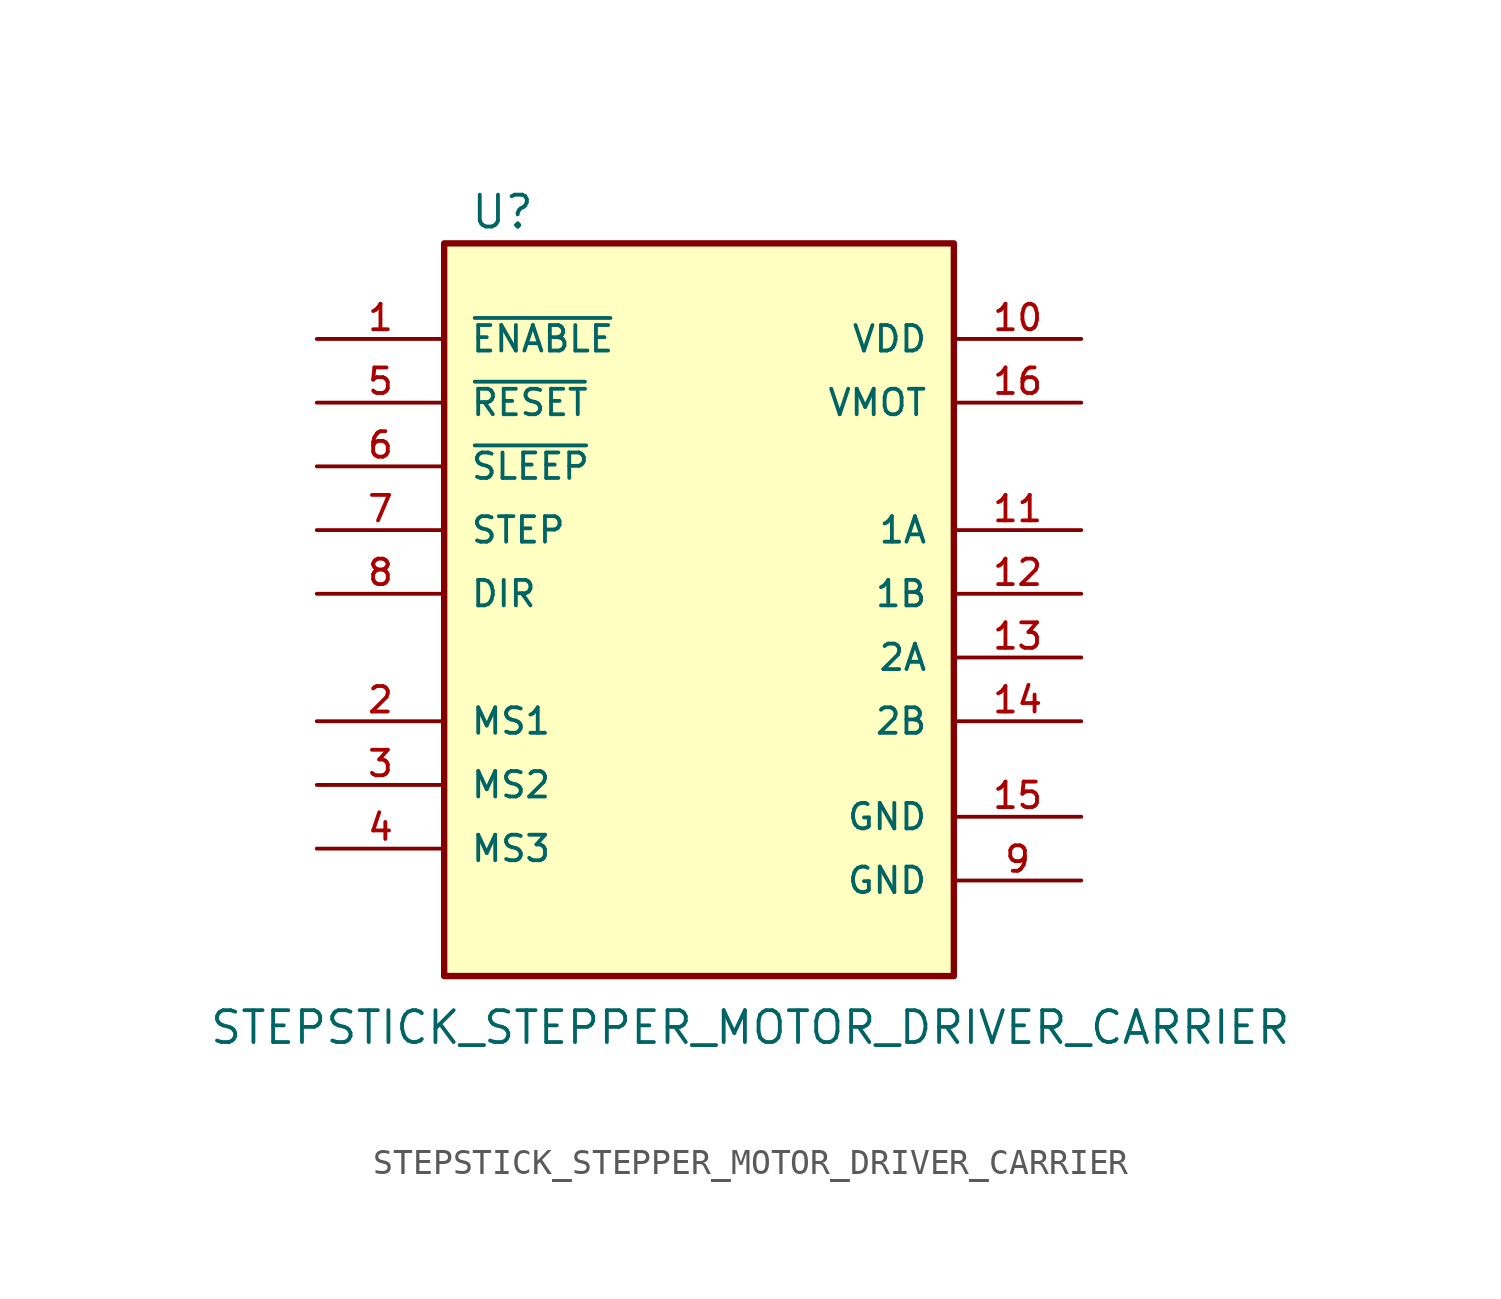
<source format=kicad_sym>
(kicad_symbol_lib
  (version 20231120)
  (generator "kicad_symbol_editor")
  (generator_version "8.0")
  (symbol "STEPSTICK_STEPPER_MOTOR_DRIVER_CARRIER"
    (pin_names
      (offset 1.016))
    (property "Reference" "U"
      (at -11.684 11.938 0)
      (effects (font (size 1.27 1.27)) (justify left bottom)))
    (property "Value" "STEPSTICK_STEPPER_MOTOR_DRIVER_CARRIER"
      (at -22.098 -20.574 0)
      (effects (font (size 1.27 1.27)) (justify left bottom)))
    (symbol "STEPSTICK_STEPPER_MOTOR_DRIVER_CARRIER_0_0"
      (rectangle (start -12.7 11.43) (end 7.62 -17.78) (stroke (width 0.254) (type default)) (fill (type background)))
      (pin input line (at -17.78 7.62 0) (length 5.08) (name "~{ENABLE}" (effects (font (size 1.016 1.016)))) (number "1" (effects (font (size 1.016 1.016)))))
      (pin power_in line (at 12.7 7.62 180) (length 5.08) (name "VDD" (effects (font (size 1.016 1.016)))) (number "10" (effects (font (size 1.016 1.016)))))
      (pin output line (at 12.7 -5.08 180) (length 5.08) (name "2A" (effects (font (size 1.016 1.016)))) (number "13" (effects (font (size 1.016 1.016)))))
      (pin output line (at 12.7 -7.62 180) (length 5.08) (name "2B" (effects (font (size 1.016 1.016)))) (number "14" (effects (font (size 1.016 1.016)))))
      (pin power_in line (at 12.7 -11.43 180) (length 5.08) (name "GND" (effects (font (size 1.016 1.016)))) (number "15" (effects (font (size 1.016 1.016)))))
      (pin power_in line (at 12.7 5.08 180) (length 5.08) (name "VMOT" (effects (font (size 1.016 1.016)))) (number "16" (effects (font (size 1.016 1.016)))))
      (pin input line (at -17.78 -7.62 0) (length 5.08) (name "MS1" (effects (font (size 1.016 1.016)))) (number "2" (effects (font (size 1.016 1.016)))))
      (pin input line (at -17.78 -10.16 0) (length 5.08) (name "MS2" (effects (font (size 1.016 1.016)))) (number "3" (effects (font (size 1.016 1.016)))))
      (pin input line (at -17.78 -12.7 0) (length 5.08) (name "MS3" (effects (font (size 1.016 1.016)))) (number "4" (effects (font (size 1.016 1.016)))))
      (pin input line (at -17.78 5.08 0) (length 5.08) (name "~{RESET}" (effects (font (size 1.016 1.016)))) (number "5" (effects (font (size 1.016 1.016)))))
      (pin input line (at -17.78 2.54 0) (length 5.08) (name "~{SLEEP}" (effects (font (size 1.016 1.016)))) (number "6" (effects (font (size 1.016 1.016)))))
      (pin input line (at -17.78 0 0) (length 5.08) (name "STEP" (effects (font (size 1.016 1.016)))) (number "7" (effects (font (size 1.016 1.016)))))
      (pin input line (at -17.78 -2.54 0) (length 5.08) (name "DIR" (effects (font (size 1.016 1.016)))) (number "8" (effects (font (size 1.016 1.016)))))
      (pin power_in line (at 12.7 -13.97 180) (length 5.08) (name "GND" (effects (font (size 1.016 1.016)))) (number "9" (effects (font (size 1.016 1.016))))))
    (symbol "STEPSTICK_STEPPER_MOTOR_DRIVER_CARRIER_1_0"
      (pin output line (at 12.7 0 180) (length 5.08) (name "1A" (effects (font (size 1.016 1.016)))) (number "11" (effects (font (size 1.016 1.016)))))
      (pin output line (at 12.7 -2.54 180) (length 5.08) (name "1B" (effects (font (size 1.016 1.016)))) (number "12" (effects (font (size 1.016 1.016))))))))
</source>
